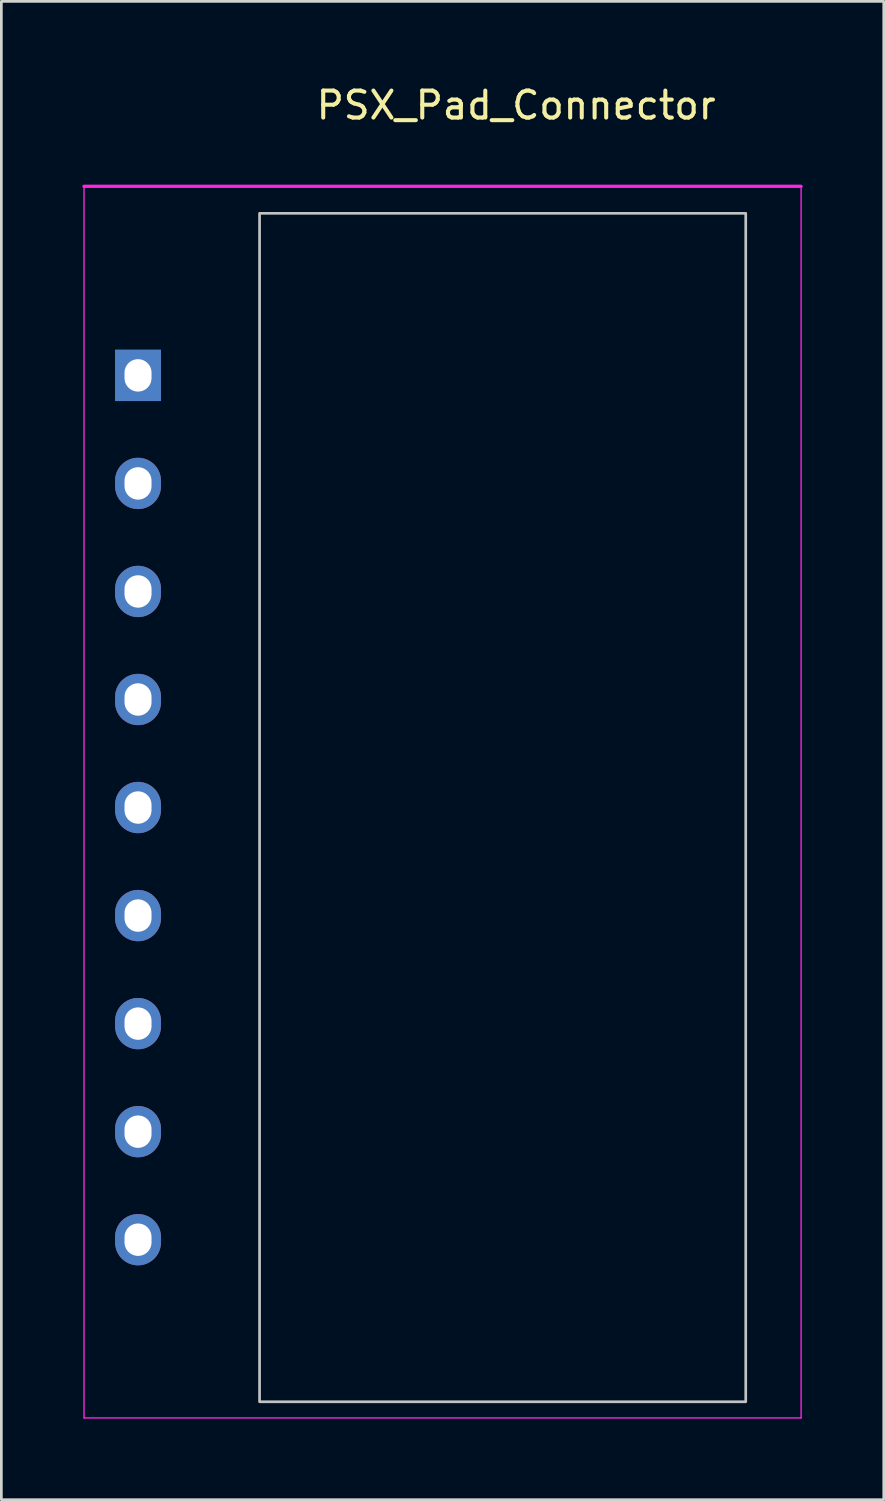
<source format=kicad_pcb>
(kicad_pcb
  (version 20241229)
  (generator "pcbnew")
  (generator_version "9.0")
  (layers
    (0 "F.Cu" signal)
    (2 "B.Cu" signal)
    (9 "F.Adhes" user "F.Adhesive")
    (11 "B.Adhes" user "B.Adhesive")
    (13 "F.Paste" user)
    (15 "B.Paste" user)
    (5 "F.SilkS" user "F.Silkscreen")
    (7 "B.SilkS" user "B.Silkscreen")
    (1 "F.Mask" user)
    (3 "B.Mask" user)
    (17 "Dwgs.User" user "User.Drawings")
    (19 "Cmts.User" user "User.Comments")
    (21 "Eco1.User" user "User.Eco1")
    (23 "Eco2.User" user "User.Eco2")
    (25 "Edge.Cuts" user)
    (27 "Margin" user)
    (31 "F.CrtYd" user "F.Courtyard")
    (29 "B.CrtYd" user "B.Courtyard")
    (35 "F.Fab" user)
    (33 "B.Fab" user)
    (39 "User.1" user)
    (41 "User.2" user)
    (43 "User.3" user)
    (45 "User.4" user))
  (footprint "PSX_Pad_Connector"
    (layer "F.Cu")
    (at 16.06 26.848)
    (property "Reference" "PSX_Pad_Connector" (at 0 -26 180) (layer "F.SilkS") (effects (font (size 1 1) (thickness 0.15))))
    (attr through_hole)
    (fp_poly (pts (xy -9.5 -22) (xy 8.5 -22) (xy 8.5 22) (xy -9.5 22)) (stroke (width 0.1) (type solid)) (fill no) (layer "Dwgs.User"))
    (fp_line (start -16 -23) (end -16 22.6) (stroke (width 0.05) (type solid)) (layer "F.CrtYd"))
    (fp_line (start -16 22.6) (end 10.55 22.6) (stroke (width 0.05) (type solid)) (layer "F.CrtYd"))
    (fp_line (start 10.55 -23) (end -16 -23) (stroke (width 0.12) (type solid)) (layer "F.CrtYd"))
    (fp_line (start 10.55 22.6) (end 10.55 -23) (stroke (width 0.05) (type solid)) (layer "F.CrtYd"))
    (pad "1" thru_hole rect (at -14 -16) (size 1.7 1.9) (drill oval 1 1.2) (layers "*.Cu" "*.Mask"))
    (pad "2" thru_hole oval (at -14 -12) (size 1.7 1.9) (drill oval 1 1.2) (layers "*.Cu" "*.Mask"))
    (pad "3" thru_hole oval (at -14 -8) (size 1.7 1.9) (drill oval 1 1.2) (layers "*.Cu" "*.Mask"))
    (pad "4" thru_hole oval (at -14 -4) (size 1.7 1.9) (drill oval 1 1.2) (layers "*.Cu" "*.Mask"))
    (pad "5" thru_hole oval (at -14 0) (size 1.7 1.9) (drill oval 1 1.2) (layers "*.Cu" "*.Mask"))
    (pad "6" thru_hole oval (at -14 4) (size 1.7 1.9) (drill oval 1 1.2) (layers "*.Cu" "*.Mask"))
    (pad "7" thru_hole oval (at -14 8) (size 1.7 1.9) (drill oval 1 1.2) (layers "*.Cu" "*.Mask"))
    (pad "8" thru_hole oval (at -14 12) (size 1.7 1.9) (drill oval 1 1.2) (layers "*.Cu" "*.Mask"))
    (pad "9" thru_hole oval (at -14 16) (size 1.7 1.9) (drill oval 1 1.2) (layers "*.Cu" "*.Mask")))
  (gr_rect
    (start -3 -3)
    (end 29.67 52.473)
    (stroke (width 0.1) (type default))
    (fill no)
    (layer "Edge.Cuts")))
</source>
